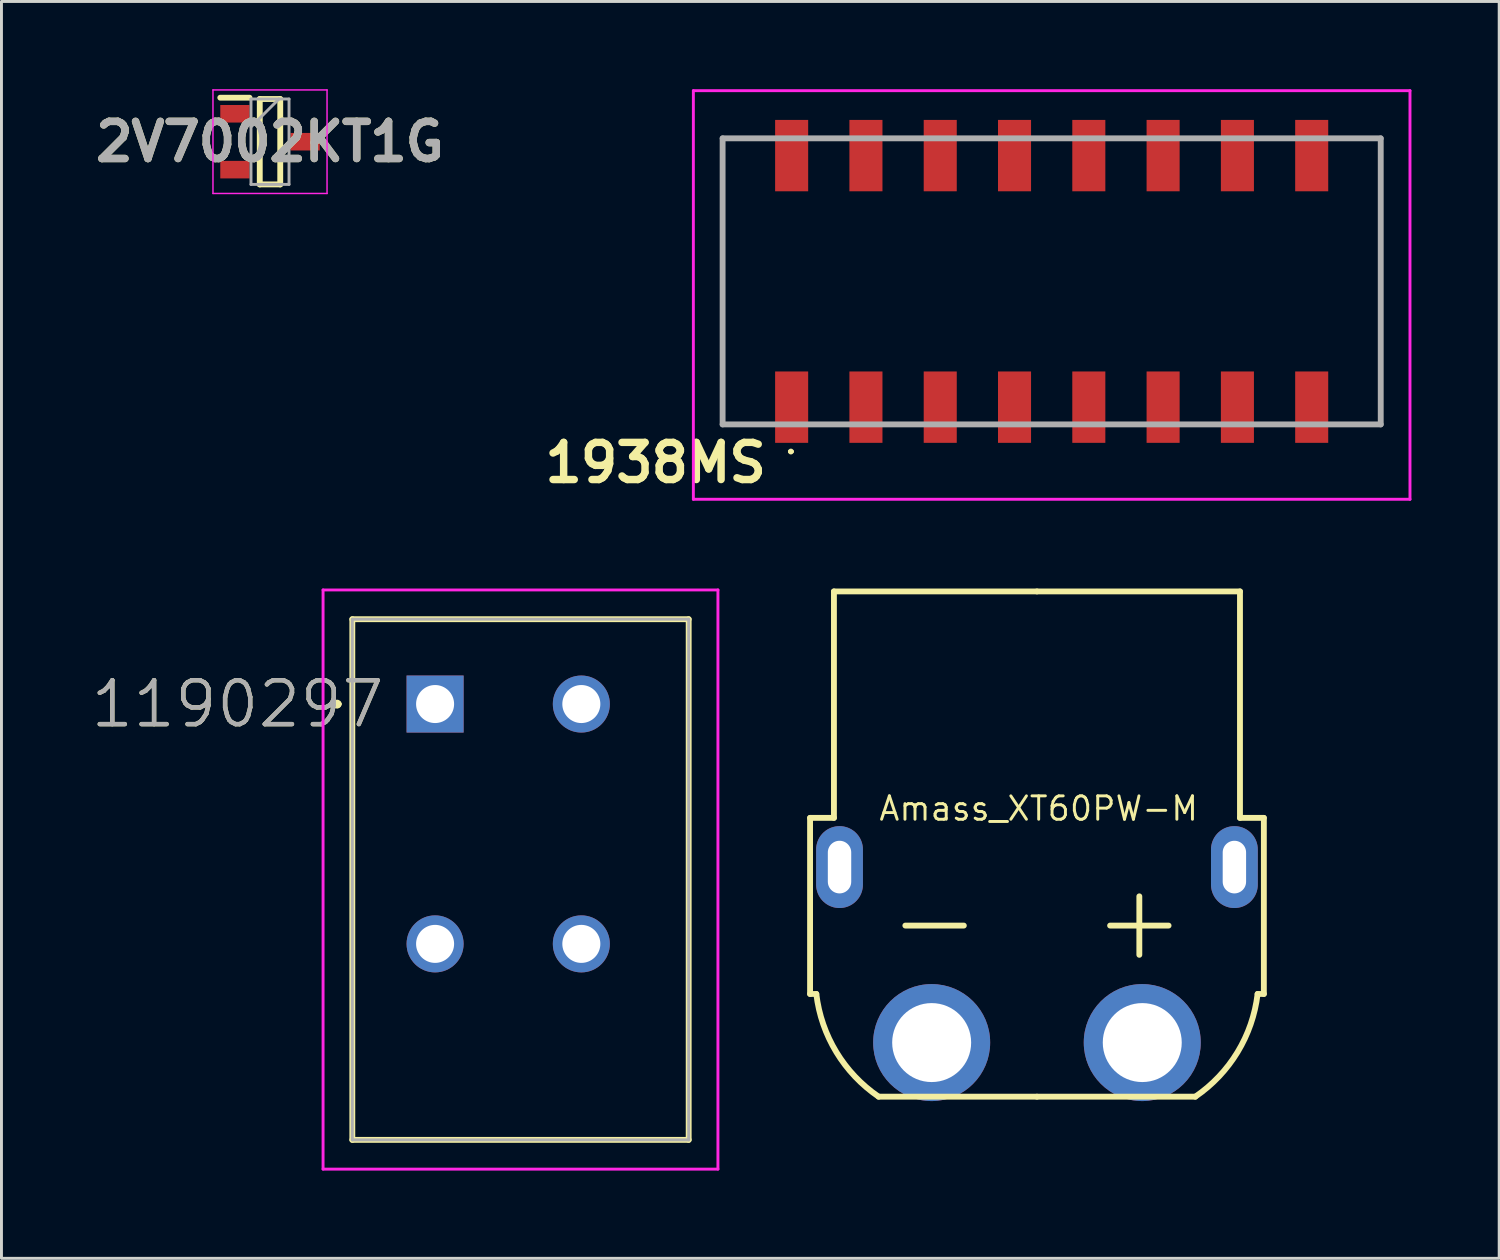
<source format=kicad_pcb>
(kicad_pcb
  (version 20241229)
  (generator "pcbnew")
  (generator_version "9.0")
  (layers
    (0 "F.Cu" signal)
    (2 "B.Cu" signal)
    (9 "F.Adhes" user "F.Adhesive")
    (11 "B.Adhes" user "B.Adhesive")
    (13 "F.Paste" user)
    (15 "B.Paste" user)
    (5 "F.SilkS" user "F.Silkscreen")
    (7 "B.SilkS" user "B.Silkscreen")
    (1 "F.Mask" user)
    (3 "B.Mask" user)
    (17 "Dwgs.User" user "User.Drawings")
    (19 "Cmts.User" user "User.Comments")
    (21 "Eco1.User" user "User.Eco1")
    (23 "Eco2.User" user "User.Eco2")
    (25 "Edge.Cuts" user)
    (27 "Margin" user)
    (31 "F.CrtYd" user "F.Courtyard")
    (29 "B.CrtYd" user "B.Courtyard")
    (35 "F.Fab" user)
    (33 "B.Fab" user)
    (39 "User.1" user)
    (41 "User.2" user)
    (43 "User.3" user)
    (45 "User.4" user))
  (footprint "2V7002KT1G"
    (layer "F.Cu")
    (at 6.181 1.795)
    (property "Reference" "2V7002KT1G" (at 0 0 0) (layer "F.SilkS") (effects (font (size 1.27 1.27) (thickness 0.254))))
    (attr smd)
    (fp_line (start -1.7 -1.505) (end -0.7 -1.505) (stroke (width 0.2) (type solid)) (layer "F.SilkS"))
    (fp_line (start -0.35 -1.46) (end 0.35 -1.46) (stroke (width 0.2) (type solid)) (layer "F.SilkS"))
    (fp_line (start -0.35 1.46) (end -0.35 -1.46) (stroke (width 0.2) (type solid)) (layer "F.SilkS"))
    (fp_line (start 0.35 -1.46) (end 0.35 1.46) (stroke (width 0.2) (type solid)) (layer "F.SilkS"))
    (fp_line (start 0.35 1.46) (end -0.35 1.46) (stroke (width 0.2) (type solid)) (layer "F.SilkS"))
    (fp_line (start -1.95 -1.77) (end 1.95 -1.77) (stroke (width 0.05) (type solid)) (layer "F.CrtYd"))
    (fp_line (start -1.95 1.77) (end -1.95 -1.77) (stroke (width 0.05) (type solid)) (layer "F.CrtYd"))
    (fp_line (start 1.95 -1.77) (end 1.95 1.77) (stroke (width 0.05) (type solid)) (layer "F.CrtYd"))
    (fp_line (start 1.95 1.77) (end -1.95 1.77) (stroke (width 0.05) (type solid)) (layer "F.CrtYd"))
    (fp_line (start -0.65 -1.46) (end 0.65 -1.46) (stroke (width 0.1) (type solid)) (layer "F.Fab"))
    (fp_line (start -0.65 -0.505) (end 0.305 -1.46) (stroke (width 0.1) (type solid)) (layer "F.Fab"))
    (fp_line (start -0.65 1.46) (end -0.65 -1.46) (stroke (width 0.1) (type solid)) (layer "F.Fab"))
    (fp_line (start 0.65 -1.46) (end 0.65 1.46) (stroke (width 0.1) (type solid)) (layer "F.Fab"))
    (fp_line (start 0.65 1.46) (end -0.65 1.46) (stroke (width 0.1) (type solid)) (layer "F.Fab"))
    (fp_text user "${REFERENCE}" (at 0 0 0) (layer "F.Fab") (effects (font (size 1.27 1.27) (thickness 0.254))))
    (pad "1" smd rect (at -1.2 -0.955 90) (size 0.6 1) (layers "F.Cu" "F.Mask" "F.Paste"))
    (pad "2" smd rect (at -1.2 0.955 90) (size 0.6 1) (layers "F.Cu" "F.Mask" "F.Paste"))
    (pad "3" smd rect (at 1.2 0 90) (size 0.6 1) (layers "F.Cu" "F.Mask" "F.Paste")))
  (footprint "Amass_XT60PW-M"
    (layer "F.Cu")
    (at 32.402 32.594)
    (property "Reference" "Amass_XT60PW-M" (at 0.059 -8 0) (layer "F.SilkS") (effects (font (size 0.8 0.8) (thickness 0.1))))
    (attr through_hole)
    (fp_line (start -7.757 -7.682) (end -7.757 -1.662) (stroke (width 0.2) (type solid)) (layer "F.SilkS"))
    (fp_line (start -7.757 -1.662) (end -7.543 -1.662) (stroke (width 0.2) (type solid)) (layer "F.SilkS"))
    (fp_line (start -6.941 -15.424) (end -6.941 -7.682) (stroke (width 0.2) (type solid)) (layer "F.SilkS"))
    (fp_line (start -6.941 -15.424) (end 0 -15.424) (stroke (width 0.2) (type solid)) (layer "F.SilkS"))
    (fp_line (start -6.941 -7.682) (end -7.757 -7.682) (stroke (width 0.2) (type solid)) (layer "F.SilkS"))
    (fp_line (start -5.413 1.85) (end 0 1.85) (stroke (width 0.2) (type solid)) (layer "F.SilkS"))
    (fp_line (start -4.5 -4) (end -2.5 -4) (stroke (width 0.2) (type solid)) (layer "F.SilkS"))
    (fp_line (start 2.5 -4) (end 4.5 -4) (stroke (width 0.2) (type solid)) (layer "F.SilkS"))
    (fp_line (start 3.5 -5) (end 3.5 -3) (stroke (width 0.2) (type solid)) (layer "F.SilkS"))
    (fp_line (start 5.413 1.85) (end 0 1.85) (stroke (width 0.2) (type solid)) (layer "F.SilkS"))
    (fp_line (start 6.941 -15.424) (end 0 -15.424) (stroke (width 0.2) (type solid)) (layer "F.SilkS"))
    (fp_line (start 6.941 -15.424) (end 6.941 -7.682) (stroke (width 0.2) (type solid)) (layer "F.SilkS"))
    (fp_line (start 6.941 -7.682) (end 7.757 -7.682) (stroke (width 0.2) (type solid)) (layer "F.SilkS"))
    (fp_line (start 7.757 -7.682) (end 7.757 -1.662) (stroke (width 0.2) (type solid)) (layer "F.SilkS"))
    (fp_line (start 7.757 -1.662) (end 7.543 -1.662) (stroke (width 0.2) (type solid)) (layer "F.SilkS"))
    (fp_arc (start -5.413054 1.85) (mid -6.858863 0.324953) (end -7.543269 -1.661935) (stroke (width 0.2) (type solid)) (layer "F.SilkS"))
    (fp_arc (start 7.543269 -1.661935) (mid 6.858863 0.324952) (end 5.413054 1.85) (stroke (width 0.2) (type solid)) (layer "F.SilkS"))
    (pad "" thru_hole oval (at -6.75 -6) (size 1.6 2.8) (drill oval 0.8 1.8) (layers "*.Cu" "*.Mask"))
    (pad "" thru_hole oval (at 6.75 -6) (size 1.6 2.8) (drill oval 0.8 1.8) (layers "*.Cu" "*.Mask"))
    (pad "1" thru_hole circle (at -3.6 0) (size 4 4) (drill 2.7) (layers "*.Cu" "*.Mask"))
    (pad "2" thru_hole circle (at 3.6 0) (size 4 4) (drill 2.7) (layers "*.Cu" "*.Mask")))
  (footprint "1938MS"
    (layer "F.Cu")
    (at 32.905 6.57)
    (property "Reference" "1938MS" (at -13.54 6.2 0) (layer "F.SilkS") (effects (font (size 1.27 1.27) (thickness 0.254))))
    (attr smd)
    (fp_line (start -11.25 -4.89) (end -11.25 4.89) (stroke (width 0.1) (type solid)) (layer "F.SilkS"))
    (fp_line (start -11.25 4.89) (end -11.25 4.89) (stroke (width 0.1) (type solid)) (layer "F.SilkS"))
    (fp_line (start -11.25 4.89) (end -9.652 4.89) (stroke (width 0.1) (type solid)) (layer "F.SilkS"))
    (fp_line (start -9.652 -4.89) (end -11.25 -4.89) (stroke (width 0.1) (type solid)) (layer "F.SilkS"))
    (fp_line (start -8.965 5.817) (end -8.965 5.817) (stroke (width 0.1) (type solid)) (layer "F.SilkS"))
    (fp_line (start -8.865 5.817) (end -8.865 5.817) (stroke (width 0.1) (type solid)) (layer "F.SilkS"))
    (fp_line (start 9.652 -4.89) (end 11.25 -4.89) (stroke (width 0.1) (type solid)) (layer "F.SilkS"))
    (fp_line (start 11.25 -4.89) (end 11.25 4.89) (stroke (width 0.1) (type solid)) (layer "F.SilkS"))
    (fp_line (start 11.25 4.89) (end 9.652 4.89) (stroke (width 0.1) (type solid)) (layer "F.SilkS"))
    (fp_arc (start -8.9654 5.8174) (mid -8.9154 5.7674) (end -8.8654 5.8174) (stroke (width 0.1) (type solid)) (layer "F.SilkS"))
    (fp_arc (start -8.8654 5.8174) (mid -8.9154 5.8674) (end -8.9654 5.8174) (stroke (width 0.1) (type solid)) (layer "F.SilkS"))
    (fp_line (start -12.25 -6.52) (end 12.25 -6.52) (stroke (width 0.1) (type solid)) (layer "F.CrtYd"))
    (fp_line (start -12.25 7.45) (end -12.25 -6.52) (stroke (width 0.1) (type solid)) (layer "F.CrtYd"))
    (fp_line (start 12.25 -6.52) (end 12.25 7.45) (stroke (width 0.1) (type solid)) (layer "F.CrtYd"))
    (fp_line (start 12.25 7.45) (end -12.25 7.45) (stroke (width 0.1) (type solid)) (layer "F.CrtYd"))
    (fp_line (start -11.25 -4.89) (end 11.25 -4.89) (stroke (width 0.2) (type solid)) (layer "F.Fab"))
    (fp_line (start -11.25 4.89) (end -11.25 -4.89) (stroke (width 0.2) (type solid)) (layer "F.Fab"))
    (fp_line (start 11.25 -4.89) (end 11.25 4.89) (stroke (width 0.2) (type solid)) (layer "F.Fab"))
    (fp_line (start 11.25 4.89) (end -11.25 4.89) (stroke (width 0.2) (type solid)) (layer "F.Fab"))
    (pad "1" smd rect (at -8.89 4.3) (size 1.13 2.44) (layers "F.Cu" "F.Mask" "F.Paste"))
    (pad "2" smd rect (at -6.35 4.3) (size 1.13 2.44) (layers "F.Cu" "F.Mask" "F.Paste"))
    (pad "3" smd rect (at -3.81 4.3) (size 1.13 2.44) (layers "F.Cu" "F.Mask" "F.Paste"))
    (pad "4" smd rect (at -1.27 4.3) (size 1.13 2.44) (layers "F.Cu" "F.Mask" "F.Paste"))
    (pad "5" smd rect (at 1.27 4.3) (size 1.13 2.44) (layers "F.Cu" "F.Mask" "F.Paste"))
    (pad "6" smd rect (at 3.81 4.3) (size 1.13 2.44) (layers "F.Cu" "F.Mask" "F.Paste"))
    (pad "7" smd rect (at 6.35 4.3) (size 1.13 2.44) (layers "F.Cu" "F.Mask" "F.Paste"))
    (pad "8" smd rect (at 8.89 4.3) (size 1.13 2.44) (layers "F.Cu" "F.Mask" "F.Paste"))
    (pad "9" smd rect (at 8.89 -4.3) (size 1.13 2.44) (layers "F.Cu" "F.Mask" "F.Paste"))
    (pad "10" smd rect (at 6.35 -4.3) (size 1.13 2.44) (layers "F.Cu" "F.Mask" "F.Paste"))
    (pad "11" smd rect (at 3.81 -4.3) (size 1.13 2.44) (layers "F.Cu" "F.Mask" "F.Paste"))
    (pad "12" smd rect (at 1.27 -4.3) (size 1.13 2.44) (layers "F.Cu" "F.Mask" "F.Paste"))
    (pad "13" smd rect (at -1.27 -4.3) (size 1.13 2.44) (layers "F.Cu" "F.Mask" "F.Paste"))
    (pad "14" smd rect (at -3.81 -4.3) (size 1.13 2.44) (layers "F.Cu" "F.Mask" "F.Paste"))
    (pad "15" smd rect (at -6.35 -4.3) (size 1.13 2.44) (layers "F.Cu" "F.Mask" "F.Paste"))
    (pad "16" smd rect (at -8.89 -4.3) (size 1.13 2.44) (layers "F.Cu" "F.Mask" "F.Paste")))
  (footprint "1190297"
    (layer "F.Cu")
    (at 11.825 21.02)
    (property "Reference" "1190297" (at -6.75 0 0) (layer "F.SilkS") (effects (font (size 1.5 1.5) (thickness 0.15))))
    (attr through_hole)
    (fp_line (start -3.4 0) (end -3.4 0) (stroke (width 0.2) (type solid)) (layer "F.SilkS"))
    (fp_line (start -3.4 0) (end -3.4 0) (stroke (width 0.2) (type solid)) (layer "F.SilkS"))
    (fp_line (start -3.3 0) (end -3.3 0) (stroke (width 0.2) (type solid)) (layer "F.SilkS"))
    (fp_line (start -2.83 -2.9) (end 8.67 -2.9) (stroke (width 0.2) (type solid)) (layer "F.SilkS"))
    (fp_line (start -2.83 14.9) (end -2.83 -2.9) (stroke (width 0.2) (type solid)) (layer "F.SilkS"))
    (fp_line (start 8.67 -2.9) (end 8.67 14.9) (stroke (width 0.2) (type solid)) (layer "F.SilkS"))
    (fp_line (start 8.67 14.9) (end -2.83 14.9) (stroke (width 0.2) (type solid)) (layer "F.SilkS"))
    (fp_arc (start -3.4 0) (mid -3.35 -0.05) (end -3.3 0) (stroke (width 0.2) (type solid)) (layer "F.SilkS"))
    (fp_arc (start -3.3 0) (mid -3.35 0.05) (end -3.4 0) (stroke (width 0.2) (type solid)) (layer "F.SilkS"))
    (fp_arc (start -3.3 0) (mid -3.35 0.05) (end -3.4 0) (stroke (width 0.2) (type solid)) (layer "F.SilkS"))
    (fp_line (start -3.83 -3.9) (end 9.67 -3.9) (stroke (width 0.1) (type solid)) (layer "F.CrtYd"))
    (fp_line (start -3.83 15.9) (end -3.83 -3.9) (stroke (width 0.1) (type solid)) (layer "F.CrtYd"))
    (fp_line (start 9.67 -3.9) (end 9.67 15.9) (stroke (width 0.1) (type solid)) (layer "F.CrtYd"))
    (fp_line (start 9.67 15.9) (end -3.83 15.9) (stroke (width 0.1) (type solid)) (layer "F.CrtYd"))
    (fp_line (start -2.83 -2.9) (end 8.67 -2.9) (stroke (width 0.1) (type solid)) (layer "F.Fab"))
    (fp_line (start -2.83 14.9) (end -2.83 -2.9) (stroke (width 0.1) (type solid)) (layer "F.Fab"))
    (fp_line (start 8.67 -2.9) (end 8.67 14.9) (stroke (width 0.1) (type solid)) (layer "F.Fab"))
    (fp_line (start 8.67 14.9) (end -2.83 14.9) (stroke (width 0.1) (type solid)) (layer "F.Fab"))
    (fp_text user "${REFERENCE}" (at -6.75 0 0) (layer "F.Fab") (effects (font (size 1.5 1.5) (thickness 0.15))))
    (pad "1" thru_hole rect (at 0 0) (size 1.95 1.95) (drill 1.3) (layers "*.Cu" "*.Mask"))
    (pad "2" thru_hole circle (at 0 8.2) (size 1.95 1.95) (drill 1.3) (layers "*.Cu" "*.Mask"))
    (pad "3" thru_hole circle (at 5 0) (size 1.95 1.95) (drill 1.3) (layers "*.Cu" "*.Mask"))
    (pad "4" thru_hole circle (at 5 8.2) (size 1.95 1.95) (drill 1.3) (layers "*.Cu" "*.Mask")))
  (gr_rect
    (start -3 -3)
    (end 48.205 39.97)
    (stroke (width 0.1) (type default))
    (fill no)
    (layer "Edge.Cuts")))
</source>
